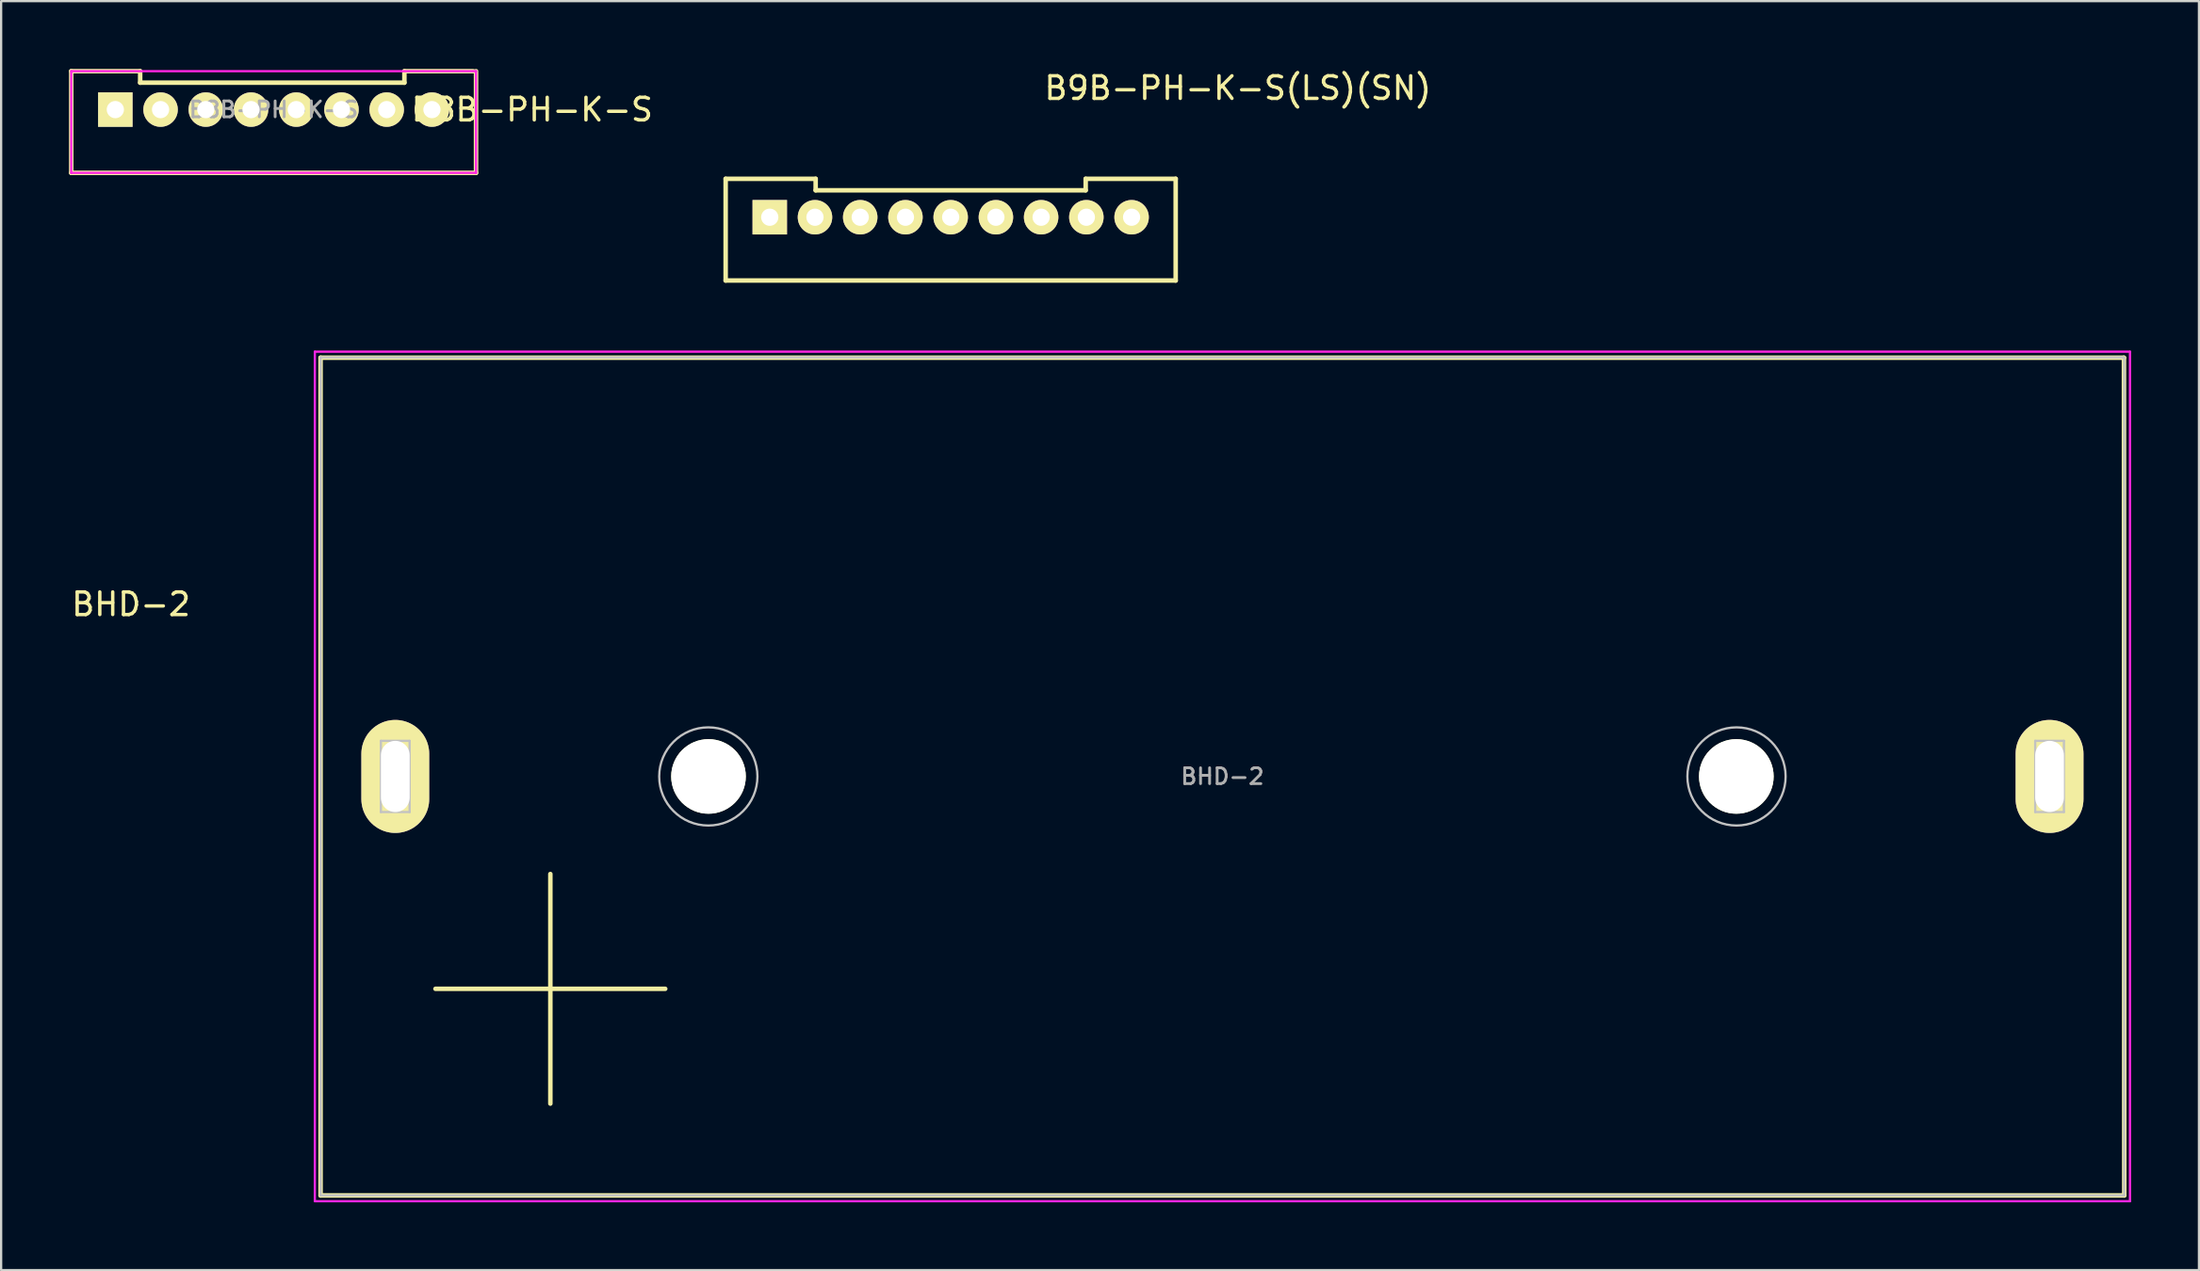
<source format=kicad_pcb>
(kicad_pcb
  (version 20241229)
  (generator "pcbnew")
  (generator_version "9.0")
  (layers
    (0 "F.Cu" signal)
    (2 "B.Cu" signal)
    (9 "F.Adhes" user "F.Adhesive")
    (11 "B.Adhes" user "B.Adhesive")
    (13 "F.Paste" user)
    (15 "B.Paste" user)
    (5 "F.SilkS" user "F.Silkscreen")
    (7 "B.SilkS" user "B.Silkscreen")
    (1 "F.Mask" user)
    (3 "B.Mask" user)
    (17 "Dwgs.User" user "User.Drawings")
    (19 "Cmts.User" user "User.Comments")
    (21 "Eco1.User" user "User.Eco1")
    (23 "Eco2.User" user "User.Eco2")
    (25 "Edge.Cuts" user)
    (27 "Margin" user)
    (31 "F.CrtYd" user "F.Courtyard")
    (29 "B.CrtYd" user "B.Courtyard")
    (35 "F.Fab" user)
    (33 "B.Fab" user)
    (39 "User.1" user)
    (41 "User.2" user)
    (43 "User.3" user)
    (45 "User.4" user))
  (footprint "BHD-2"
    (layer "F.Cu")
    (at 51.004 31.309)
    (property "Reference" "BHD-2" (at -48.26 -7.62 0) (layer "F.SilkS") (effects (font (size 1 1) (thickness 0.15))))
    (attr through_hole)
    (fp_line (start -39.878 -18.529) (end -39.878 18.542) (stroke (width 0.2) (type solid)) (layer "F.SilkS"))
    (fp_line (start -39.878 18.542) (end 39.878 18.542) (stroke (width 0.2) (type solid)) (layer "F.SilkS"))
    (fp_line (start -29.718 4.318) (end -29.718 14.478) (stroke (width 0.2) (type solid)) (layer "F.SilkS"))
    (fp_line (start -24.638 9.398) (end -34.798 9.398) (stroke (width 0.2) (type solid)) (layer "F.SilkS"))
    (fp_line (start 39.865 -18.529) (end -39.878 -18.529) (stroke (width 0.2) (type solid)) (layer "F.SilkS"))
    (fp_line (start 39.878 18.542) (end 39.865 -18.529) (stroke (width 0.2) (type solid)) (layer "F.SilkS"))
    (fp_line (start -39.875 -18.54) (end 39.875 -18.54) (stroke (width 0.1) (type solid)) (layer "Dwgs.User"))
    (fp_line (start -39.875 18.54) (end -39.875 -18.54) (stroke (width 0.1) (type solid)) (layer "Dwgs.User"))
    (fp_line (start -37.211 -1.575) (end -37.211 1.575) (stroke (width 0.1) (type solid)) (layer "Dwgs.User"))
    (fp_line (start -37.211 -1.575) (end -35.941 -1.575) (stroke (width 0.1) (type solid)) (layer "Dwgs.User"))
    (fp_line (start -37.211 1.575) (end -35.941 1.575) (stroke (width 0.1) (type solid)) (layer "Dwgs.User"))
    (fp_line (start -35.941 -1.575) (end -35.941 1.575) (stroke (width 0.1) (type solid)) (layer "Dwgs.User"))
    (fp_line (start 35.941 -1.575) (end 35.941 1.575) (stroke (width 0.1) (type solid)) (layer "Dwgs.User"))
    (fp_line (start 37.211 -1.575) (end 35.941 -1.575) (stroke (width 0.1) (type solid)) (layer "Dwgs.User"))
    (fp_line (start 37.211 -1.575) (end 37.211 1.575) (stroke (width 0.1) (type solid)) (layer "Dwgs.User"))
    (fp_line (start 37.211 1.575) (end 35.941 1.575) (stroke (width 0.1) (type solid)) (layer "Dwgs.User"))
    (fp_line (start 39.875 -18.54) (end 39.875 18.54) (stroke (width 0.1) (type solid)) (layer "Dwgs.User"))
    (fp_line (start 39.875 18.54) (end -39.875 18.54) (stroke (width 0.1) (type solid)) (layer "Dwgs.User"))
    (fp_circle (center -22.733 0) (end -20.561 0) (stroke (width 0.1) (type solid)) (fill no) (layer "Dwgs.User"))
    (fp_circle (center 22.733 0) (end 24.905 0) (stroke (width 0.1) (type solid)) (fill no) (layer "Dwgs.User"))
    (fp_line (start -40.132 -18.796) (end -40.132 18.796) (stroke (width 0.1) (type solid)) (layer "F.CrtYd"))
    (fp_line (start -40.132 18.796) (end 40.132 18.796) (stroke (width 0.1) (type solid)) (layer "F.CrtYd"))
    (fp_line (start 40.132 -18.796) (end -40.132 -18.796) (stroke (width 0.1) (type solid)) (layer "F.CrtYd"))
    (fp_line (start 40.132 18.796) (end 40.132 -18.796) (stroke (width 0.1) (type solid)) (layer "F.CrtYd"))
    (fp_text user "${REFERENCE}" (at 0 0 0) (layer "F.Fab") (effects (font (size 0.7 0.7) (thickness 0.125))))
    (pad "" np_thru_hole circle (at -22.725 0) (size 3.3 3.3) (drill 3.3) (layers "*.Cu" "*.Mask" "F.SilkS"))
    (pad "" np_thru_hole circle (at 22.725 0) (size 3.3 3.3) (drill 3.3) (layers "*.Cu" "*.Mask" "F.SilkS"))
    (pad "1" thru_hole oval (at -36.575 0) (size 3 5) (drill oval 1.27 3.15) (layers "*.Cu" "*.Mask" "F.SilkS"))
    (pad "2" thru_hole oval (at 36.575 0) (size 3 5) (drill oval 1.27 3.15) (layers "*.Cu" "*.Mask" "F.SilkS")))
  (footprint "B8B-PH-K-S"
    (layer "F.Cu")
    (at 9.05 1.8)
    (property "Reference" "B8B-PH-K-S" (at 11.43 0 0) (layer "F.SilkS") (effects (font (size 1 1) (thickness 0.15))))
    (attr through_hole)
    (fp_line (start -8.95 -1.7) (end -8.95 2.8) (stroke (width 0.2) (type solid)) (layer "F.SilkS"))
    (fp_line (start -8.95 -1.7) (end -5.902 -1.7) (stroke (width 0.2) (type solid)) (layer "F.SilkS"))
    (fp_line (start -8.95 2.8) (end 8.95 2.8) (stroke (width 0.2) (type solid)) (layer "F.SilkS"))
    (fp_line (start -5.902 -1.7) (end -5.902 -1.192) (stroke (width 0.2) (type solid)) (layer "F.SilkS"))
    (fp_line (start -5.902 -1.192) (end 5.782 -1.192) (stroke (width 0.2) (type solid)) (layer "F.SilkS"))
    (fp_line (start 5.782 -1.7) (end 8.83 -1.7) (stroke (width 0.2) (type solid)) (layer "F.SilkS"))
    (fp_line (start 5.782 -1.192) (end 5.782 -1.7) (stroke (width 0.2) (type solid)) (layer "F.SilkS"))
    (fp_line (start 8.95 2.8) (end 8.95 -1.7) (stroke (width 0.2) (type solid)) (layer "F.SilkS"))
    (fp_line (start -8.95 -1.7) (end -8.95 2.8) (stroke (width 0.1) (type solid)) (layer "F.CrtYd"))
    (fp_line (start -8.95 2.8) (end 8.95 2.8) (stroke (width 0.1) (type solid)) (layer "F.CrtYd"))
    (fp_line (start 8.95 -1.7) (end -8.95 -1.7) (stroke (width 0.1) (type solid)) (layer "F.CrtYd"))
    (fp_line (start 8.95 2.8) (end 8.95 -1.7) (stroke (width 0.1) (type solid)) (layer "F.CrtYd"))
    (fp_text user "${REFERENCE}" (at 0 0 0) (layer "F.Fab") (effects (font (size 0.7 0.7) (thickness 0.125))))
    (pad "1" thru_hole rect (at -7 0) (size 1.524 1.524) (drill 0.762) (layers "*.Cu" "*.Mask" "F.SilkS"))
    (pad "2" thru_hole circle (at -5 0) (size 1.524 1.524) (drill 0.762) (layers "*.Cu" "*.Mask" "F.SilkS"))
    (pad "3" thru_hole circle (at -3 0) (size 1.524 1.524) (drill 0.762) (layers "*.Cu" "*.Mask" "F.SilkS"))
    (pad "4" thru_hole circle (at -1 0) (size 1.524 1.524) (drill 0.762) (layers "*.Cu" "*.Mask" "F.SilkS"))
    (pad "5" thru_hole circle (at 1 0) (size 1.524 1.524) (drill 0.762) (layers "*.Cu" "*.Mask" "F.SilkS"))
    (pad "6" thru_hole circle (at 3 0) (size 1.524 1.524) (drill 0.762) (layers "*.Cu" "*.Mask" "F.SilkS"))
    (pad "7" thru_hole circle (at 5 0) (size 1.524 1.524) (drill 0.762) (layers "*.Cu" "*.Mask" "F.SilkS"))
    (pad "8" thru_hole circle (at 7 0) (size 1.524 1.524) (drill 0.762) (layers "*.Cu" "*.Mask" "F.SilkS")))
  (footprint "B9B-PH-K-S(LS)(SN)"
    (layer "F.Cu")
    (at 38.988 6.563)
    (property "Reference" "B9B-PH-K-S(LS)(SN)" (at 12.7 -5.715 0) (layer "F.SilkS") (effects (font (size 1 1) (thickness 0.15))))
    (attr through_hole)
    (fp_line (start -9.95 -1.7) (end -9.95 2.8) (stroke (width 0.2) (type solid)) (layer "F.SilkS"))
    (fp_line (start -9.95 -1.7) (end -5.97 -1.7) (stroke (width 0.2) (type solid)) (layer "F.SilkS"))
    (fp_line (start -9.95 2.8) (end 9.95 2.8) (stroke (width 0.2) (type solid)) (layer "F.SilkS"))
    (fp_line (start -5.97 -1.7) (end -5.97 -1.192) (stroke (width 0.2) (type solid)) (layer "F.SilkS"))
    (fp_line (start -5.97 -1.192) (end 5.97 -1.192) (stroke (width 0.2) (type solid)) (layer "F.SilkS"))
    (fp_line (start 5.97 -1.7) (end 9.95 -1.7) (stroke (width 0.2) (type solid)) (layer "F.SilkS"))
    (fp_line (start 5.97 -1.192) (end 5.97 -1.7) (stroke (width 0.2) (type solid)) (layer "F.SilkS"))
    (fp_line (start 9.95 2.8) (end 9.95 -1.7) (stroke (width 0.2) (type solid)) (layer "F.SilkS"))
    (pad "1" thru_hole rect (at -8 0) (size 1.524 1.524) (drill 0.762) (layers "*.Cu" "*.Mask" "F.SilkS"))
    (pad "2" thru_hole circle (at -6 0) (size 1.524 1.524) (drill 0.762) (layers "*.Cu" "*.Mask" "F.SilkS"))
    (pad "3" thru_hole circle (at -4 0) (size 1.524 1.524) (drill 0.762) (layers "*.Cu" "*.Mask" "F.SilkS"))
    (pad "4" thru_hole circle (at -2 0) (size 1.524 1.524) (drill 0.762) (layers "*.Cu" "*.Mask" "F.SilkS"))
    (pad "5" thru_hole circle (at 0 0) (size 1.524 1.524) (drill 0.762) (layers "*.Cu" "*.Mask" "F.SilkS"))
    (pad "6" thru_hole circle (at 2 0) (size 1.524 1.524) (drill 0.762) (layers "*.Cu" "*.Mask" "F.SilkS"))
    (pad "7" thru_hole circle (at 4 0) (size 1.524 1.524) (drill 0.762) (layers "*.Cu" "*.Mask" "F.SilkS"))
    (pad "8" thru_hole circle (at 6 0) (size 1.524 1.524) (drill 0.762) (layers "*.Cu" "*.Mask" "F.SilkS"))
    (pad "9" thru_hole circle (at 8 0) (size 1.524 1.524) (drill 0.762) (layers "*.Cu" "*.Mask" "F.SilkS")))
  (gr_rect
    (start -3 -3)
    (end 94.186 53.155)
    (stroke (width 0.1) (type default))
    (fill no)
    (layer "Edge.Cuts")))
</source>
